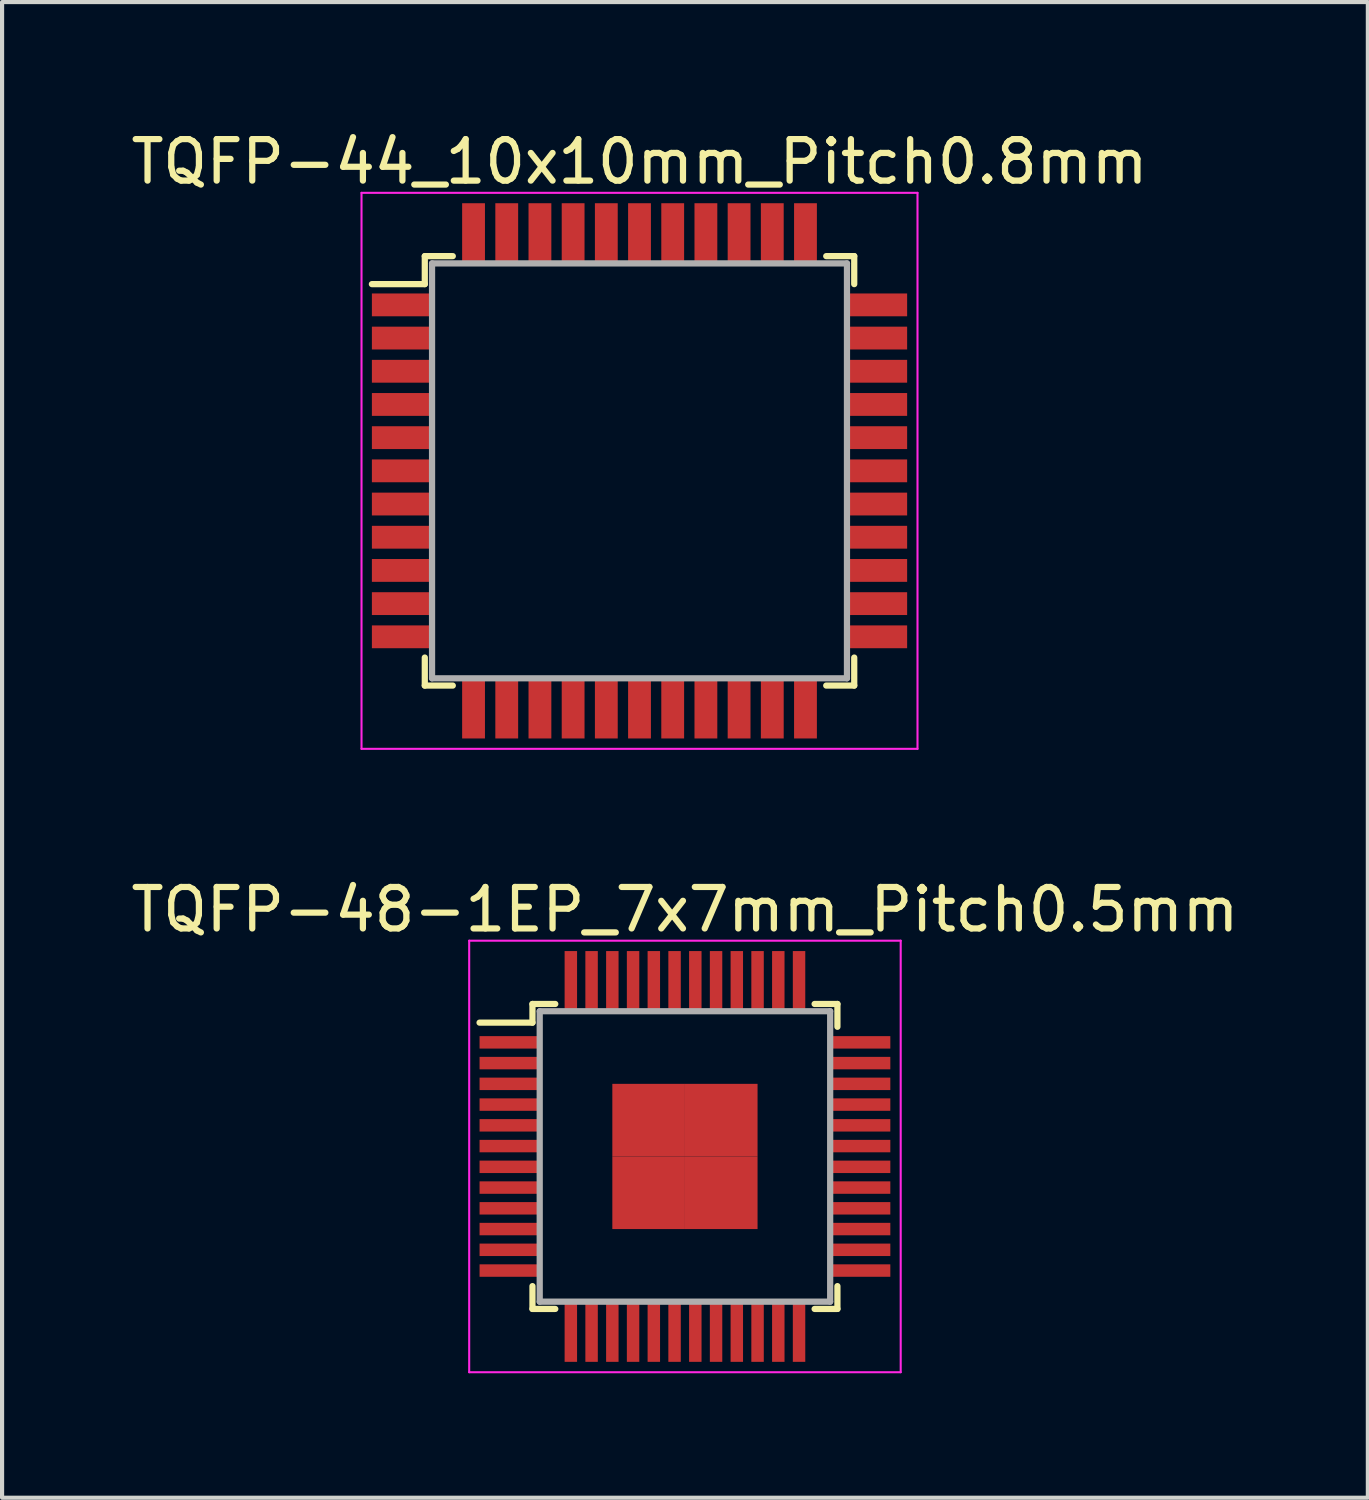
<source format=kicad_pcb>
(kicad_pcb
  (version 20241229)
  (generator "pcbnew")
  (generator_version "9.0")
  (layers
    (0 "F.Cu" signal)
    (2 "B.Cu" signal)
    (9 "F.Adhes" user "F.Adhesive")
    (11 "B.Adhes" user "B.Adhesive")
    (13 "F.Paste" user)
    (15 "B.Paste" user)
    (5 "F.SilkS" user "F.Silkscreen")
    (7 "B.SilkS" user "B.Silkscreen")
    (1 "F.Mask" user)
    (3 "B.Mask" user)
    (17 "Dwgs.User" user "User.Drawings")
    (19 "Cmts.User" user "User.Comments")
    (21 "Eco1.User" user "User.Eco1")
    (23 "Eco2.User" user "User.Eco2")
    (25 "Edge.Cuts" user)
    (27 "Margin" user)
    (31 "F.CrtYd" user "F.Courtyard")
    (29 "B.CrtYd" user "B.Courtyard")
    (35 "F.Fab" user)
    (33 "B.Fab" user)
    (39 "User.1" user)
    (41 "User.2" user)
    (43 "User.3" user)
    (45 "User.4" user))
  (footprint "TQFP-48-1EP_7x7mm_Pitch0.5mm"
    (layer "F.Cu")
    (at 13.458 24.822)
    (property "Reference" "TQFP-48-1EP_7x7mm_Pitch0.5mm" (at 0 -5.95 0) (layer "F.SilkS") (effects (font (size 1 1) (thickness 0.15))))
    (attr smd)
    (fp_line (start -3.675 -3.675) (end -3.675 -3.225) (stroke (width 0.15) (type solid)) (layer "F.SilkS"))
    (fp_line (start -3.675 -3.675) (end -3.125 -3.675) (stroke (width 0.15) (type solid)) (layer "F.SilkS"))
    (fp_line (start -3.675 -3.225) (end -4.95 -3.225) (stroke (width 0.15) (type solid)) (layer "F.SilkS"))
    (fp_line (start -3.675 3.675) (end -3.675 3.125) (stroke (width 0.15) (type solid)) (layer "F.SilkS"))
    (fp_line (start -3.675 3.675) (end -3.125 3.675) (stroke (width 0.15) (type solid)) (layer "F.SilkS"))
    (fp_line (start 3.675 -3.675) (end 3.125 -3.675) (stroke (width 0.15) (type solid)) (layer "F.SilkS"))
    (fp_line (start 3.675 -3.675) (end 3.675 -3.125) (stroke (width 0.15) (type solid)) (layer "F.SilkS"))
    (fp_line (start 3.675 3.675) (end 3.125 3.675) (stroke (width 0.15) (type solid)) (layer "F.SilkS"))
    (fp_line (start 3.675 3.675) (end 3.675 3.125) (stroke (width 0.15) (type solid)) (layer "F.SilkS"))
    (fp_line (start -5.2 -5.2) (end -5.2 5.2) (stroke (width 0.05) (type solid)) (layer "F.CrtYd"))
    (fp_line (start -5.2 -5.2) (end 5.2 -5.2) (stroke (width 0.05) (type solid)) (layer "F.CrtYd"))
    (fp_line (start -5.2 5.2) (end 5.2 5.2) (stroke (width 0.05) (type solid)) (layer "F.CrtYd"))
    (fp_line (start 5.2 -5.2) (end 5.2 5.2) (stroke (width 0.05) (type solid)) (layer "F.CrtYd"))
    (fp_line (start -3.5 -3.5) (end 3.5 -3.5) (stroke (width 0.15) (type solid)) (layer "F.Fab"))
    (fp_line (start -3.5 3.5) (end -3.5 -3.5) (stroke (width 0.15) (type solid)) (layer "F.Fab"))
    (fp_line (start 3.5 -3.5) (end 3.5 3.5) (stroke (width 0.15) (type solid)) (layer "F.Fab"))
    (fp_line (start 3.5 3.5) (end -3.5 3.5) (stroke (width 0.15) (type solid)) (layer "F.Fab"))
    (pad "1" smd rect (at -4.2 -2.75) (size 1.5 0.3) (layers "F.Cu" "F.Mask" "F.Paste"))
    (pad "2" smd rect (at -4.2 -2.25) (size 1.5 0.3) (layers "F.Cu" "F.Mask" "F.Paste"))
    (pad "3" smd rect (at -4.2 -1.75) (size 1.5 0.3) (layers "F.Cu" "F.Mask" "F.Paste"))
    (pad "4" smd rect (at -4.2 -1.25) (size 1.5 0.3) (layers "F.Cu" "F.Mask" "F.Paste"))
    (pad "5" smd rect (at -4.2 -0.75) (size 1.5 0.3) (layers "F.Cu" "F.Mask" "F.Paste"))
    (pad "6" smd rect (at -4.2 -0.25) (size 1.5 0.3) (layers "F.Cu" "F.Mask" "F.Paste"))
    (pad "7" smd rect (at -4.2 0.25) (size 1.5 0.3) (layers "F.Cu" "F.Mask" "F.Paste"))
    (pad "8" smd rect (at -4.2 0.75) (size 1.5 0.3) (layers "F.Cu" "F.Mask" "F.Paste"))
    (pad "9" smd rect (at -4.2 1.25) (size 1.5 0.3) (layers "F.Cu" "F.Mask" "F.Paste"))
    (pad "10" smd rect (at -4.2 1.75) (size 1.5 0.3) (layers "F.Cu" "F.Mask" "F.Paste"))
    (pad "11" smd rect (at -4.2 2.25) (size 1.5 0.3) (layers "F.Cu" "F.Mask" "F.Paste"))
    (pad "12" smd rect (at -4.2 2.75) (size 1.5 0.3) (layers "F.Cu" "F.Mask" "F.Paste"))
    (pad "13" smd rect (at -2.75 4.2 90) (size 1.5 0.3) (layers "F.Cu" "F.Mask" "F.Paste"))
    (pad "14" smd rect (at -2.25 4.2 90) (size 1.5 0.3) (layers "F.Cu" "F.Mask" "F.Paste"))
    (pad "15" smd rect (at -1.75 4.2 90) (size 1.5 0.3) (layers "F.Cu" "F.Mask" "F.Paste"))
    (pad "16" smd rect (at -1.25 4.2 90) (size 1.5 0.3) (layers "F.Cu" "F.Mask" "F.Paste"))
    (pad "17" smd rect (at -0.75 4.2 90) (size 1.5 0.3) (layers "F.Cu" "F.Mask" "F.Paste"))
    (pad "18" smd rect (at -0.25 4.2 90) (size 1.5 0.3) (layers "F.Cu" "F.Mask" "F.Paste"))
    (pad "19" smd rect (at 0.25 4.2 90) (size 1.5 0.3) (layers "F.Cu" "F.Mask" "F.Paste"))
    (pad "20" smd rect (at 0.75 4.2 90) (size 1.5 0.3) (layers "F.Cu" "F.Mask" "F.Paste"))
    (pad "21" smd rect (at 1.25 4.2 90) (size 1.5 0.3) (layers "F.Cu" "F.Mask" "F.Paste"))
    (pad "22" smd rect (at 1.75 4.2 90) (size 1.5 0.3) (layers "F.Cu" "F.Mask" "F.Paste"))
    (pad "23" smd rect (at 2.25 4.2 90) (size 1.5 0.3) (layers "F.Cu" "F.Mask" "F.Paste"))
    (pad "24" smd rect (at 2.75 4.2 90) (size 1.5 0.3) (layers "F.Cu" "F.Mask" "F.Paste"))
    (pad "25" smd rect (at 4.2 2.75) (size 1.5 0.3) (layers "F.Cu" "F.Mask" "F.Paste"))
    (pad "26" smd rect (at 4.2 2.25) (size 1.5 0.3) (layers "F.Cu" "F.Mask" "F.Paste"))
    (pad "27" smd rect (at 4.2 1.75) (size 1.5 0.3) (layers "F.Cu" "F.Mask" "F.Paste"))
    (pad "28" smd rect (at 4.2 1.25) (size 1.5 0.3) (layers "F.Cu" "F.Mask" "F.Paste"))
    (pad "29" smd rect (at 4.2 0.75) (size 1.5 0.3) (layers "F.Cu" "F.Mask" "F.Paste"))
    (pad "30" smd rect (at 4.2 0.25) (size 1.5 0.3) (layers "F.Cu" "F.Mask" "F.Paste"))
    (pad "31" smd rect (at 4.2 -0.25) (size 1.5 0.3) (layers "F.Cu" "F.Mask" "F.Paste"))
    (pad "32" smd rect (at 4.2 -0.75) (size 1.5 0.3) (layers "F.Cu" "F.Mask" "F.Paste"))
    (pad "33" smd rect (at 4.2 -1.25) (size 1.5 0.3) (layers "F.Cu" "F.Mask" "F.Paste"))
    (pad "34" smd rect (at 4.2 -1.75) (size 1.5 0.3) (layers "F.Cu" "F.Mask" "F.Paste"))
    (pad "35" smd rect (at 4.2 -2.25) (size 1.5 0.3) (layers "F.Cu" "F.Mask" "F.Paste"))
    (pad "36" smd rect (at 4.2 -2.75) (size 1.5 0.3) (layers "F.Cu" "F.Mask" "F.Paste"))
    (pad "37" smd rect (at 2.75 -4.2 90) (size 1.5 0.3) (layers "F.Cu" "F.Mask" "F.Paste"))
    (pad "38" smd rect (at 2.25 -4.2 90) (size 1.5 0.3) (layers "F.Cu" "F.Mask" "F.Paste"))
    (pad "39" smd rect (at 1.75 -4.2 90) (size 1.5 0.3) (layers "F.Cu" "F.Mask" "F.Paste"))
    (pad "40" smd rect (at 1.25 -4.2 90) (size 1.5 0.3) (layers "F.Cu" "F.Mask" "F.Paste"))
    (pad "41" smd rect (at 0.75 -4.2 90) (size 1.5 0.3) (layers "F.Cu" "F.Mask" "F.Paste"))
    (pad "42" smd rect (at 0.25 -4.2 90) (size 1.5 0.3) (layers "F.Cu" "F.Mask" "F.Paste"))
    (pad "43" smd rect (at -0.25 -4.2 90) (size 1.5 0.3) (layers "F.Cu" "F.Mask" "F.Paste"))
    (pad "44" smd rect (at -0.75 -4.2 90) (size 1.5 0.3) (layers "F.Cu" "F.Mask" "F.Paste"))
    (pad "45" smd rect (at -1.25 -4.2 90) (size 1.5 0.3) (layers "F.Cu" "F.Mask" "F.Paste"))
    (pad "46" smd rect (at -1.75 -4.2 90) (size 1.5 0.3) (layers "F.Cu" "F.Mask" "F.Paste"))
    (pad "47" smd rect (at -2.25 -4.2 90) (size 1.5 0.3) (layers "F.Cu" "F.Mask" "F.Paste"))
    (pad "48" smd rect (at -2.75 -4.2 90) (size 1.5 0.3) (layers "F.Cu" "F.Mask" "F.Paste"))
    (pad "49" smd rect (at -0.875 -0.875) (size 1.75 1.75) (layers "F.Cu" "F.Mask" "F.Paste"))
    (pad "49" smd rect (at -0.875 0.875) (size 1.75 1.75) (layers "F.Cu" "F.Mask" "F.Paste"))
    (pad "49" smd rect (at 0.875 -0.875) (size 1.75 1.75) (layers "F.Cu" "F.Mask" "F.Paste"))
    (pad "49" smd rect (at 0.875 0.875) (size 1.75 1.75) (layers "F.Cu" "F.Mask" "F.Paste")))
  (footprint "TQFP-44_10x10mm_Pitch0.8mm"
    (layer "F.Cu")
    (at 12.363 8.298)
    (property "Reference" "TQFP-44_10x10mm_Pitch0.8mm" (at 0 -7.45 0) (layer "F.SilkS") (effects (font (size 1 1) (thickness 0.15))))
    (attr smd)
    (fp_line (start -5.175 -5.175) (end -5.175 -4.5) (stroke (width 0.15) (type solid)) (layer "F.SilkS"))
    (fp_line (start -5.175 -5.175) (end -4.5 -5.175) (stroke (width 0.15) (type solid)) (layer "F.SilkS"))
    (fp_line (start -5.175 -4.5) (end -6.45 -4.5) (stroke (width 0.15) (type solid)) (layer "F.SilkS"))
    (fp_line (start -5.175 5.175) (end -5.175 4.5) (stroke (width 0.15) (type solid)) (layer "F.SilkS"))
    (fp_line (start -5.175 5.175) (end -4.5 5.175) (stroke (width 0.15) (type solid)) (layer "F.SilkS"))
    (fp_line (start 5.175 -5.175) (end 4.5 -5.175) (stroke (width 0.15) (type solid)) (layer "F.SilkS"))
    (fp_line (start 5.175 -5.175) (end 5.175 -4.5) (stroke (width 0.15) (type solid)) (layer "F.SilkS"))
    (fp_line (start 5.175 5.175) (end 4.5 5.175) (stroke (width 0.15) (type solid)) (layer "F.SilkS"))
    (fp_line (start 5.175 5.175) (end 5.175 4.5) (stroke (width 0.15) (type solid)) (layer "F.SilkS"))
    (fp_line (start -6.7 -6.7) (end -6.7 6.7) (stroke (width 0.05) (type solid)) (layer "F.CrtYd"))
    (fp_line (start -6.7 -6.7) (end 6.7 -6.7) (stroke (width 0.05) (type solid)) (layer "F.CrtYd"))
    (fp_line (start -6.7 6.7) (end 6.7 6.7) (stroke (width 0.05) (type solid)) (layer "F.CrtYd"))
    (fp_line (start 6.7 -6.7) (end 6.7 6.7) (stroke (width 0.05) (type solid)) (layer "F.CrtYd"))
    (fp_line (start -5 -5) (end 5 -5) (stroke (width 0.15) (type solid)) (layer "F.Fab"))
    (fp_line (start -5 5) (end -5 -5) (stroke (width 0.15) (type solid)) (layer "F.Fab"))
    (fp_line (start 5 -5) (end 5 5) (stroke (width 0.15) (type solid)) (layer "F.Fab"))
    (fp_line (start 5 5) (end -5 5) (stroke (width 0.15) (type solid)) (layer "F.Fab"))
    (pad "1" smd rect (at -5.7 -4) (size 1.5 0.55) (layers "F.Cu" "F.Mask" "F.Paste"))
    (pad "2" smd rect (at -5.7 -3.2) (size 1.5 0.55) (layers "F.Cu" "F.Mask" "F.Paste"))
    (pad "3" smd rect (at -5.7 -2.4) (size 1.5 0.55) (layers "F.Cu" "F.Mask" "F.Paste"))
    (pad "4" smd rect (at -5.7 -1.6) (size 1.5 0.55) (layers "F.Cu" "F.Mask" "F.Paste"))
    (pad "5" smd rect (at -5.7 -0.8) (size 1.5 0.55) (layers "F.Cu" "F.Mask" "F.Paste"))
    (pad "6" smd rect (at -5.7 0) (size 1.5 0.55) (layers "F.Cu" "F.Mask" "F.Paste"))
    (pad "7" smd rect (at -5.7 0.8) (size 1.5 0.55) (layers "F.Cu" "F.Mask" "F.Paste"))
    (pad "8" smd rect (at -5.7 1.6) (size 1.5 0.55) (layers "F.Cu" "F.Mask" "F.Paste"))
    (pad "9" smd rect (at -5.7 2.4) (size 1.5 0.55) (layers "F.Cu" "F.Mask" "F.Paste"))
    (pad "10" smd rect (at -5.7 3.2) (size 1.5 0.55) (layers "F.Cu" "F.Mask" "F.Paste"))
    (pad "11" smd rect (at -5.7 4) (size 1.5 0.55) (layers "F.Cu" "F.Mask" "F.Paste"))
    (pad "12" smd rect (at -4 5.7 90) (size 1.5 0.55) (layers "F.Cu" "F.Mask" "F.Paste"))
    (pad "13" smd rect (at -3.2 5.7 90) (size 1.5 0.55) (layers "F.Cu" "F.Mask" "F.Paste"))
    (pad "14" smd rect (at -2.4 5.7 90) (size 1.5 0.55) (layers "F.Cu" "F.Mask" "F.Paste"))
    (pad "15" smd rect (at -1.6 5.7 90) (size 1.5 0.55) (layers "F.Cu" "F.Mask" "F.Paste"))
    (pad "16" smd rect (at -0.8 5.7 90) (size 1.5 0.55) (layers "F.Cu" "F.Mask" "F.Paste"))
    (pad "17" smd rect (at 0 5.7 90) (size 1.5 0.55) (layers "F.Cu" "F.Mask" "F.Paste"))
    (pad "18" smd rect (at 0.8 5.7 90) (size 1.5 0.55) (layers "F.Cu" "F.Mask" "F.Paste"))
    (pad "19" smd rect (at 1.6 5.7 90) (size 1.5 0.55) (layers "F.Cu" "F.Mask" "F.Paste"))
    (pad "20" smd rect (at 2.4 5.7 90) (size 1.5 0.55) (layers "F.Cu" "F.Mask" "F.Paste"))
    (pad "21" smd rect (at 3.2 5.7 90) (size 1.5 0.55) (layers "F.Cu" "F.Mask" "F.Paste"))
    (pad "22" smd rect (at 4 5.7 90) (size 1.5 0.55) (layers "F.Cu" "F.Mask" "F.Paste"))
    (pad "23" smd rect (at 5.7 4) (size 1.5 0.55) (layers "F.Cu" "F.Mask" "F.Paste"))
    (pad "24" smd rect (at 5.7 3.2) (size 1.5 0.55) (layers "F.Cu" "F.Mask" "F.Paste"))
    (pad "25" smd rect (at 5.7 2.4) (size 1.5 0.55) (layers "F.Cu" "F.Mask" "F.Paste"))
    (pad "26" smd rect (at 5.7 1.6) (size 1.5 0.55) (layers "F.Cu" "F.Mask" "F.Paste"))
    (pad "27" smd rect (at 5.7 0.8) (size 1.5 0.55) (layers "F.Cu" "F.Mask" "F.Paste"))
    (pad "28" smd rect (at 5.7 0) (size 1.5 0.55) (layers "F.Cu" "F.Mask" "F.Paste"))
    (pad "29" smd rect (at 5.7 -0.8) (size 1.5 0.55) (layers "F.Cu" "F.Mask" "F.Paste"))
    (pad "30" smd rect (at 5.7 -1.6) (size 1.5 0.55) (layers "F.Cu" "F.Mask" "F.Paste"))
    (pad "31" smd rect (at 5.7 -2.4) (size 1.5 0.55) (layers "F.Cu" "F.Mask" "F.Paste"))
    (pad "32" smd rect (at 5.7 -3.2) (size 1.5 0.55) (layers "F.Cu" "F.Mask" "F.Paste"))
    (pad "33" smd rect (at 5.7 -4) (size 1.5 0.55) (layers "F.Cu" "F.Mask" "F.Paste"))
    (pad "34" smd rect (at 4 -5.7 90) (size 1.5 0.55) (layers "F.Cu" "F.Mask" "F.Paste"))
    (pad "35" smd rect (at 3.2 -5.7 90) (size 1.5 0.55) (layers "F.Cu" "F.Mask" "F.Paste"))
    (pad "36" smd rect (at 2.4 -5.7 90) (size 1.5 0.55) (layers "F.Cu" "F.Mask" "F.Paste"))
    (pad "37" smd rect (at 1.6 -5.7 90) (size 1.5 0.55) (layers "F.Cu" "F.Mask" "F.Paste"))
    (pad "38" smd rect (at 0.8 -5.7 90) (size 1.5 0.55) (layers "F.Cu" "F.Mask" "F.Paste"))
    (pad "39" smd rect (at 0 -5.7 90) (size 1.5 0.55) (layers "F.Cu" "F.Mask" "F.Paste"))
    (pad "40" smd rect (at -0.8 -5.7 90) (size 1.5 0.55) (layers "F.Cu" "F.Mask" "F.Paste"))
    (pad "41" smd rect (at -1.6 -5.7 90) (size 1.5 0.55) (layers "F.Cu" "F.Mask" "F.Paste"))
    (pad "42" smd rect (at -2.4 -5.7 90) (size 1.5 0.55) (layers "F.Cu" "F.Mask" "F.Paste"))
    (pad "43" smd rect (at -3.2 -5.7 90) (size 1.5 0.55) (layers "F.Cu" "F.Mask" "F.Paste"))
    (pad "44" smd rect (at -4 -5.7 90) (size 1.5 0.55) (layers "F.Cu" "F.Mask" "F.Paste")))
  (gr_rect
    (start -3 -3)
    (end 29.917 33.047)
    (stroke (width 0.1) (type default))
    (fill no)
    (layer "Edge.Cuts")))
</source>
